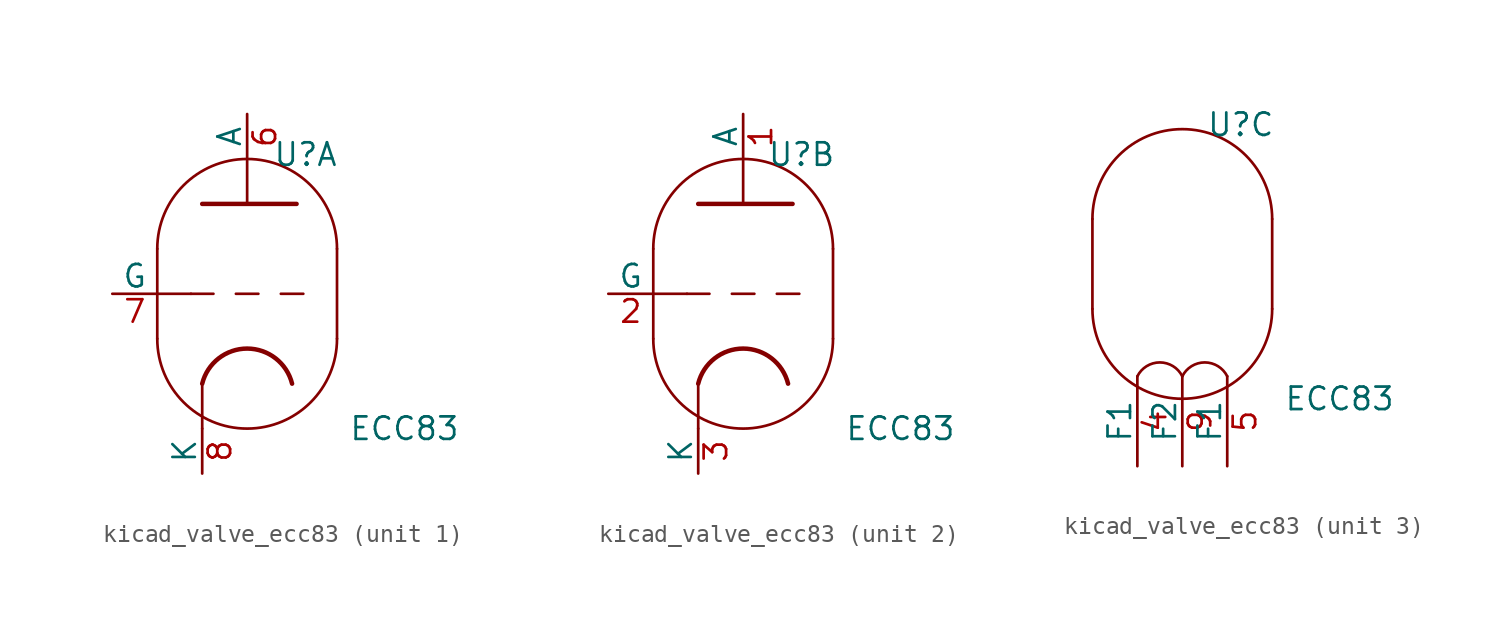
<source format=kicad_sym>
(kicad_symbol_lib
  (version 20220914)
  (generator kicad_symbol_editor)
  (symbol "kicad_valve_ecc83"
    (pin_names
      (offset 0))
    (property "Reference" "U"
      (at 3.302 7.874 0)
      (effects (font (size 1.27 1.27))))
    (property "Value" "ECC83"
      (at 8.89 -7.62 0)
      (effects (font (size 1.27 1.27))))
    (property "ki_locked" ""
      (at 0 0 0)
      (effects (font (size 1.27 1.27))))
    (symbol "kicad_valve_ecc83_0_1"
      (arc (start -5.08 -2.54) (mid 0 -7.5979) (end 5.08 -2.54) (stroke (width 0) (type default)) (fill (type none)))
      (polyline (pts (xy 5.08 2.54) (xy 5.08 -2.54)) (stroke (width 0) (type default)) (fill (type none)))
      (polyline (pts (xy -5.08 2.54) (xy -5.08 -2.54) (xy -5.08 -2.54)) (stroke (width 0) (type default)) (fill (type none)))
      (arc (start 5.08 2.54) (mid 0 7.5979) (end -5.08 2.54) (stroke (width 0) (type default)) (fill (type none))))
    (symbol "kicad_valve_ecc83_1_0"
      (polyline (pts (xy -2.54 -5.08) (xy -2.54 -7.62)) (stroke (width 0) (type default)) (fill (type none)))
      (polyline (pts (xy 0 5.08) (xy 0 7.62)) (stroke (width 0) (type default)) (fill (type none))))
    (symbol "kicad_valve_ecc83_1_1"
      (polyline (pts (xy -5.08 0) (xy -3.175 0)) (stroke (width 0) (type default)) (fill (type none)))
      (polyline (pts (xy -1.905 0) (xy -3.175 0)) (stroke (width 0.152) (type default)) (fill (type none)))
      (polyline (pts (xy -0.635 0) (xy 0.635 0)) (stroke (width 0.152) (type default)) (fill (type none)))
      (polyline (pts (xy 1.905 0) (xy 3.175 0)) (stroke (width 0.152) (type default)) (fill (type none)))
      (polyline (pts (xy -2.54 5.08) (xy 2.794 5.08) (xy 2.794 5.08)) (stroke (width 0.254) (type default)) (fill (type none)))
      (arc (start 2.54 -5.08) (mid 0 -3.0968) (end -2.54 -5.08) (stroke (width 0.254) (type default)) (fill (type none)))
      (pin output line (at 0 10.16 270) (length 2.54) (name "A" (effects (font (size 1.27 1.27)))) (number "6" (effects (font (size 1.27 1.27)))))
      (pin input line (at -7.62 0 0) (length 2.54) (name "G" (effects (font (size 1.27 1.27)))) (number "7" (effects (font (size 1.27 1.27)))))
      (pin bidirectional line (at -2.54 -10.16 90) (length 2.54) (name "K" (effects (font (size 1.27 1.27)))) (number "8" (effects (font (size 1.27 1.27))))))
    (symbol "kicad_valve_ecc83_2_0"
      (polyline (pts (xy -2.54 -5.08) (xy -2.54 -7.62)) (stroke (width 0) (type default)) (fill (type none)))
      (polyline (pts (xy 0 5.08) (xy 0 7.62)) (stroke (width 0) (type default)) (fill (type none))))
    (symbol "kicad_valve_ecc83_2_1"
      (polyline (pts (xy -5.08 0) (xy -3.175 0)) (stroke (width 0) (type default)) (fill (type none)))
      (polyline (pts (xy -1.905 0) (xy -3.175 0)) (stroke (width 0.152) (type default)) (fill (type none)))
      (polyline (pts (xy -0.635 0) (xy 0.635 0)) (stroke (width 0.152) (type default)) (fill (type none)))
      (polyline (pts (xy 1.905 0) (xy 3.175 0)) (stroke (width 0.152) (type default)) (fill (type none)))
      (polyline (pts (xy -2.54 5.08) (xy 2.794 5.08) (xy 2.794 5.08)) (stroke (width 0.254) (type default)) (fill (type none)))
      (arc (start 2.54 -5.08) (mid 0 -3.0968) (end -2.54 -5.08) (stroke (width 0.254) (type default)) (fill (type none)))
      (pin output line (at 0 10.16 270) (length 2.54) (name "A" (effects (font (size 1.27 1.27)))) (number "1" (effects (font (size 1.27 1.27)))))
      (pin input line (at -7.62 0 0) (length 2.54) (name "G" (effects (font (size 1.27 1.27)))) (number "2" (effects (font (size 1.27 1.27)))))
      (pin bidirectional line (at -2.54 -10.16 90) (length 2.54) (name "K" (effects (font (size 1.27 1.27)))) (number "3" (effects (font (size 1.27 1.27))))))
    (symbol "kicad_valve_ecc83_3_1"
      (arc (start 0 -6.35) (mid -1.27 -5.5651) (end -2.54 -6.35) (stroke (width 0) (type default)) (fill (type none)))
      (arc (start 2.54 -6.35) (mid 1.27 -5.5651) (end 0 -6.35) (stroke (width 0) (type default)) (fill (type none)))
      (pin power_in line (at -2.54 -11.43 90) (length 5.08) (name "F1" (effects (font (size 1.27 1.27)))) (number "4" (effects (font (size 1.27 1.27)))))
      (pin power_in line (at 2.54 -11.43 90) (length 5.08) (name "F1" (effects (font (size 1.27 1.27)))) (number "5" (effects (font (size 1.27 1.27)))))
      (pin power_in line (at 0 -11.43 90) (length 5.08) (name "F2" (effects (font (size 1.27 1.27)))) (number "9" (effects (font (size 1.27 1.27))))))))
</source>
